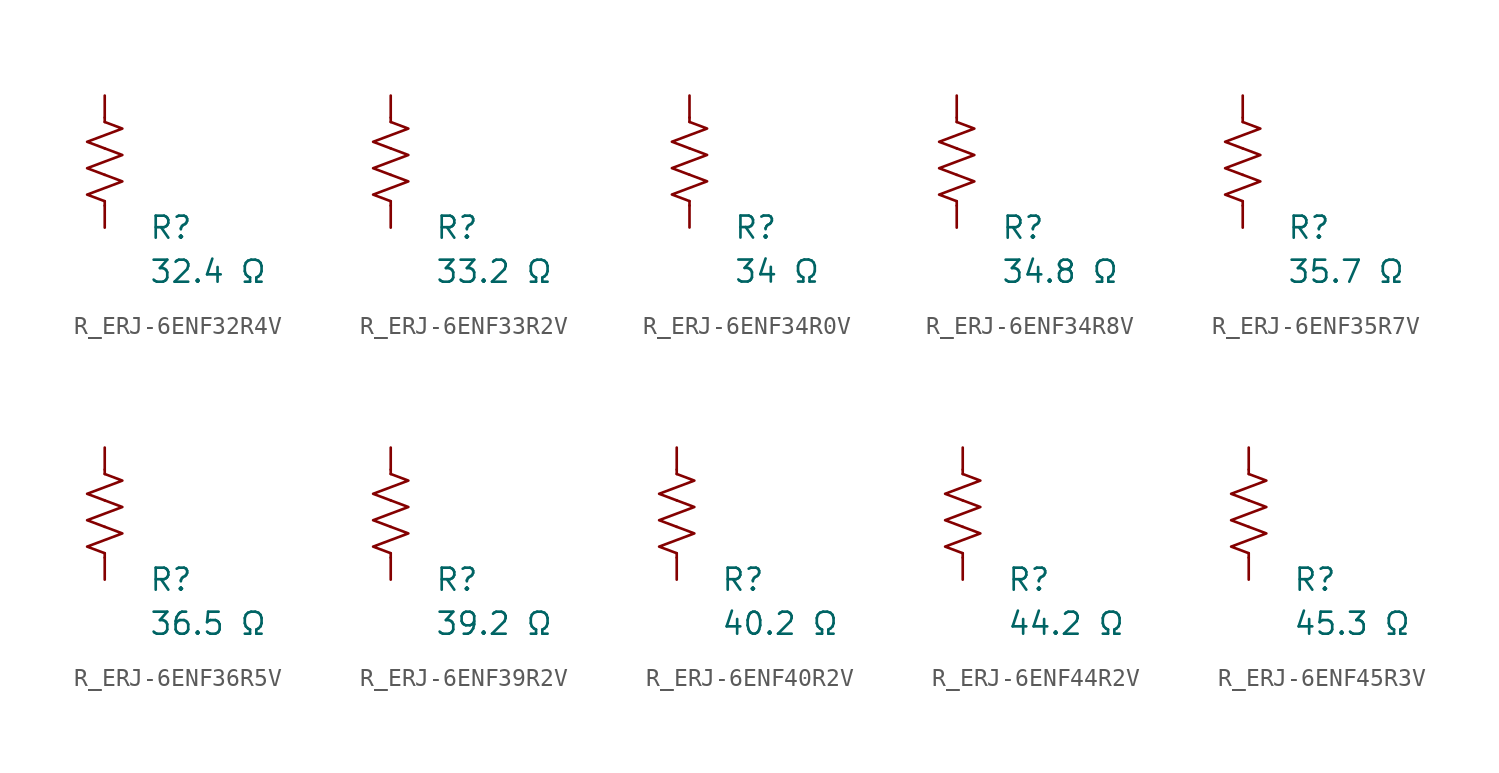
<source format=kicad_sym>
(kicad_symbol_lib
  (version 20231120)
  (generator "kicad_symbol_editor")
  (generator_version "8.0")
  (symbol "R_ERJ-6ENF32R4V"
    (pin_numbers hide)
    (pin_names
      (offset 0))
    (property "Reference" "R"
      (at 2.54 -3.81 0)
      (effects (font (size 1.27 1.27)) (justify left))
      (show_name no))
    (property "Value" "32.4 Ω"
      (at 2.54 -6.35 0)
      (effects (font (size 1.27 1.27)) (justify left))
      (show_name no))
    (symbol "R_ERJ-6ENF32R4V_0_1"
      (polyline (pts (xy 0 -2.286) (xy 0 -2.54)) (stroke (width 0) (type default)) (fill (type none)))
      (polyline (pts (xy 0 2.286) (xy 0 2.54)) (stroke (width 0) (type default)) (fill (type none)))
      (polyline (pts (xy 0 -0.762) (xy 1.016 -1.143) (xy 0 -1.524) (xy -1.016 -1.905) (xy 0 -2.286)) (stroke (width 0) (type default)) (fill (type none)))
      (polyline (pts (xy 0 0.762) (xy 1.016 0.381) (xy 0 0) (xy -1.016 -0.381) (xy 0 -0.762)) (stroke (width 0) (type default)) (fill (type none)))
      (polyline (pts (xy 0 2.286) (xy 1.016 1.905) (xy 0 1.524) (xy -1.016 1.143) (xy 0 0.762)) (stroke (width 0) (type default)) (fill (type none))))
    (symbol "R_ERJ-6ENF32R4V_1_1"
      (pin passive line (at 0 3.81 270) (length 1.27) (name "~" (effects (font (size 1.27 1.27)))) (number "1" (effects (font (size 1.27 1.27)))))
      (pin passive line (at 0 -3.81 90) (length 1.27) (name "~" (effects (font (size 1.27 1.27)))) (number "2" (effects (font (size 1.27 1.27)))))))
  (symbol "R_ERJ-6ENF33R2V"
    (pin_numbers hide)
    (pin_names
      (offset 0))
    (property "Reference" "R"
      (at 2.54 -3.81 0)
      (effects (font (size 1.27 1.27)) (justify left))
      (show_name no))
    (property "Value" "33.2 Ω"
      (at 2.54 -6.35 0)
      (effects (font (size 1.27 1.27)) (justify left))
      (show_name no))
    (symbol "R_ERJ-6ENF33R2V_0_1"
      (polyline (pts (xy 0 -2.286) (xy 0 -2.54)) (stroke (width 0) (type default)) (fill (type none)))
      (polyline (pts (xy 0 2.286) (xy 0 2.54)) (stroke (width 0) (type default)) (fill (type none)))
      (polyline (pts (xy 0 -0.762) (xy 1.016 -1.143) (xy 0 -1.524) (xy -1.016 -1.905) (xy 0 -2.286)) (stroke (width 0) (type default)) (fill (type none)))
      (polyline (pts (xy 0 0.762) (xy 1.016 0.381) (xy 0 0) (xy -1.016 -0.381) (xy 0 -0.762)) (stroke (width 0) (type default)) (fill (type none)))
      (polyline (pts (xy 0 2.286) (xy 1.016 1.905) (xy 0 1.524) (xy -1.016 1.143) (xy 0 0.762)) (stroke (width 0) (type default)) (fill (type none))))
    (symbol "R_ERJ-6ENF33R2V_1_1"
      (pin passive line (at 0 3.81 270) (length 1.27) (name "~" (effects (font (size 1.27 1.27)))) (number "1" (effects (font (size 1.27 1.27)))))
      (pin passive line (at 0 -3.81 90) (length 1.27) (name "~" (effects (font (size 1.27 1.27)))) (number "2" (effects (font (size 1.27 1.27)))))))
  (symbol "R_ERJ-6ENF34R0V"
    (pin_numbers hide)
    (pin_names
      (offset 0))
    (property "Reference" "R"
      (at 2.54 -3.81 0)
      (effects (font (size 1.27 1.27)) (justify left))
      (show_name no))
    (property "Value" "34 Ω"
      (at 2.54 -6.35 0)
      (effects (font (size 1.27 1.27)) (justify left))
      (show_name no))
    (symbol "R_ERJ-6ENF34R0V_0_1"
      (polyline (pts (xy 0 -2.286) (xy 0 -2.54)) (stroke (width 0) (type default)) (fill (type none)))
      (polyline (pts (xy 0 2.286) (xy 0 2.54)) (stroke (width 0) (type default)) (fill (type none)))
      (polyline (pts (xy 0 -0.762) (xy 1.016 -1.143) (xy 0 -1.524) (xy -1.016 -1.905) (xy 0 -2.286)) (stroke (width 0) (type default)) (fill (type none)))
      (polyline (pts (xy 0 0.762) (xy 1.016 0.381) (xy 0 0) (xy -1.016 -0.381) (xy 0 -0.762)) (stroke (width 0) (type default)) (fill (type none)))
      (polyline (pts (xy 0 2.286) (xy 1.016 1.905) (xy 0 1.524) (xy -1.016 1.143) (xy 0 0.762)) (stroke (width 0) (type default)) (fill (type none))))
    (symbol "R_ERJ-6ENF34R0V_1_1"
      (pin passive line (at 0 3.81 270) (length 1.27) (name "~" (effects (font (size 1.27 1.27)))) (number "1" (effects (font (size 1.27 1.27)))))
      (pin passive line (at 0 -3.81 90) (length 1.27) (name "~" (effects (font (size 1.27 1.27)))) (number "2" (effects (font (size 1.27 1.27)))))))
  (symbol "R_ERJ-6ENF34R8V"
    (pin_numbers hide)
    (pin_names
      (offset 0))
    (property "Reference" "R"
      (at 2.54 -3.81 0)
      (effects (font (size 1.27 1.27)) (justify left))
      (show_name no))
    (property "Value" "34.8 Ω"
      (at 2.54 -6.35 0)
      (effects (font (size 1.27 1.27)) (justify left))
      (show_name no))
    (symbol "R_ERJ-6ENF34R8V_0_1"
      (polyline (pts (xy 0 -2.286) (xy 0 -2.54)) (stroke (width 0) (type default)) (fill (type none)))
      (polyline (pts (xy 0 2.286) (xy 0 2.54)) (stroke (width 0) (type default)) (fill (type none)))
      (polyline (pts (xy 0 -0.762) (xy 1.016 -1.143) (xy 0 -1.524) (xy -1.016 -1.905) (xy 0 -2.286)) (stroke (width 0) (type default)) (fill (type none)))
      (polyline (pts (xy 0 0.762) (xy 1.016 0.381) (xy 0 0) (xy -1.016 -0.381) (xy 0 -0.762)) (stroke (width 0) (type default)) (fill (type none)))
      (polyline (pts (xy 0 2.286) (xy 1.016 1.905) (xy 0 1.524) (xy -1.016 1.143) (xy 0 0.762)) (stroke (width 0) (type default)) (fill (type none))))
    (symbol "R_ERJ-6ENF34R8V_1_1"
      (pin passive line (at 0 3.81 270) (length 1.27) (name "~" (effects (font (size 1.27 1.27)))) (number "1" (effects (font (size 1.27 1.27)))))
      (pin passive line (at 0 -3.81 90) (length 1.27) (name "~" (effects (font (size 1.27 1.27)))) (number "2" (effects (font (size 1.27 1.27)))))))
  (symbol "R_ERJ-6ENF35R7V"
    (pin_numbers hide)
    (pin_names
      (offset 0))
    (property "Reference" "R"
      (at 2.54 -3.81 0)
      (effects (font (size 1.27 1.27)) (justify left))
      (show_name no))
    (property "Value" "35.7 Ω"
      (at 2.54 -6.35 0)
      (effects (font (size 1.27 1.27)) (justify left))
      (show_name no))
    (symbol "R_ERJ-6ENF35R7V_0_1"
      (polyline (pts (xy 0 -2.286) (xy 0 -2.54)) (stroke (width 0) (type default)) (fill (type none)))
      (polyline (pts (xy 0 2.286) (xy 0 2.54)) (stroke (width 0) (type default)) (fill (type none)))
      (polyline (pts (xy 0 -0.762) (xy 1.016 -1.143) (xy 0 -1.524) (xy -1.016 -1.905) (xy 0 -2.286)) (stroke (width 0) (type default)) (fill (type none)))
      (polyline (pts (xy 0 0.762) (xy 1.016 0.381) (xy 0 0) (xy -1.016 -0.381) (xy 0 -0.762)) (stroke (width 0) (type default)) (fill (type none)))
      (polyline (pts (xy 0 2.286) (xy 1.016 1.905) (xy 0 1.524) (xy -1.016 1.143) (xy 0 0.762)) (stroke (width 0) (type default)) (fill (type none))))
    (symbol "R_ERJ-6ENF35R7V_1_1"
      (pin passive line (at 0 3.81 270) (length 1.27) (name "~" (effects (font (size 1.27 1.27)))) (number "1" (effects (font (size 1.27 1.27)))))
      (pin passive line (at 0 -3.81 90) (length 1.27) (name "~" (effects (font (size 1.27 1.27)))) (number "2" (effects (font (size 1.27 1.27)))))))
  (symbol "R_ERJ-6ENF36R5V"
    (pin_numbers hide)
    (pin_names
      (offset 0))
    (property "Reference" "R"
      (at 2.54 -3.81 0)
      (effects (font (size 1.27 1.27)) (justify left))
      (show_name no))
    (property "Value" "36.5 Ω"
      (at 2.54 -6.35 0)
      (effects (font (size 1.27 1.27)) (justify left))
      (show_name no))
    (symbol "R_ERJ-6ENF36R5V_0_1"
      (polyline (pts (xy 0 -2.286) (xy 0 -2.54)) (stroke (width 0) (type default)) (fill (type none)))
      (polyline (pts (xy 0 2.286) (xy 0 2.54)) (stroke (width 0) (type default)) (fill (type none)))
      (polyline (pts (xy 0 -0.762) (xy 1.016 -1.143) (xy 0 -1.524) (xy -1.016 -1.905) (xy 0 -2.286)) (stroke (width 0) (type default)) (fill (type none)))
      (polyline (pts (xy 0 0.762) (xy 1.016 0.381) (xy 0 0) (xy -1.016 -0.381) (xy 0 -0.762)) (stroke (width 0) (type default)) (fill (type none)))
      (polyline (pts (xy 0 2.286) (xy 1.016 1.905) (xy 0 1.524) (xy -1.016 1.143) (xy 0 0.762)) (stroke (width 0) (type default)) (fill (type none))))
    (symbol "R_ERJ-6ENF36R5V_1_1"
      (pin passive line (at 0 3.81 270) (length 1.27) (name "~" (effects (font (size 1.27 1.27)))) (number "1" (effects (font (size 1.27 1.27)))))
      (pin passive line (at 0 -3.81 90) (length 1.27) (name "~" (effects (font (size 1.27 1.27)))) (number "2" (effects (font (size 1.27 1.27)))))))
  (symbol "R_ERJ-6ENF39R2V"
    (pin_numbers hide)
    (pin_names
      (offset 0))
    (property "Reference" "R"
      (at 2.54 -3.81 0)
      (effects (font (size 1.27 1.27)) (justify left))
      (show_name no))
    (property "Value" "39.2 Ω"
      (at 2.54 -6.35 0)
      (effects (font (size 1.27 1.27)) (justify left))
      (show_name no))
    (symbol "R_ERJ-6ENF39R2V_0_1"
      (polyline (pts (xy 0 -2.286) (xy 0 -2.54)) (stroke (width 0) (type default)) (fill (type none)))
      (polyline (pts (xy 0 2.286) (xy 0 2.54)) (stroke (width 0) (type default)) (fill (type none)))
      (polyline (pts (xy 0 -0.762) (xy 1.016 -1.143) (xy 0 -1.524) (xy -1.016 -1.905) (xy 0 -2.286)) (stroke (width 0) (type default)) (fill (type none)))
      (polyline (pts (xy 0 0.762) (xy 1.016 0.381) (xy 0 0) (xy -1.016 -0.381) (xy 0 -0.762)) (stroke (width 0) (type default)) (fill (type none)))
      (polyline (pts (xy 0 2.286) (xy 1.016 1.905) (xy 0 1.524) (xy -1.016 1.143) (xy 0 0.762)) (stroke (width 0) (type default)) (fill (type none))))
    (symbol "R_ERJ-6ENF39R2V_1_1"
      (pin passive line (at 0 3.81 270) (length 1.27) (name "~" (effects (font (size 1.27 1.27)))) (number "1" (effects (font (size 1.27 1.27)))))
      (pin passive line (at 0 -3.81 90) (length 1.27) (name "~" (effects (font (size 1.27 1.27)))) (number "2" (effects (font (size 1.27 1.27)))))))
  (symbol "R_ERJ-6ENF40R2V"
    (pin_numbers hide)
    (pin_names
      (offset 0))
    (property "Reference" "R"
      (at 2.54 -3.81 0)
      (effects (font (size 1.27 1.27)) (justify left))
      (show_name no))
    (property "Value" "40.2 Ω"
      (at 2.54 -6.35 0)
      (effects (font (size 1.27 1.27)) (justify left))
      (show_name no))
    (symbol "R_ERJ-6ENF40R2V_0_1"
      (polyline (pts (xy 0 -2.286) (xy 0 -2.54)) (stroke (width 0) (type default)) (fill (type none)))
      (polyline (pts (xy 0 2.286) (xy 0 2.54)) (stroke (width 0) (type default)) (fill (type none)))
      (polyline (pts (xy 0 -0.762) (xy 1.016 -1.143) (xy 0 -1.524) (xy -1.016 -1.905) (xy 0 -2.286)) (stroke (width 0) (type default)) (fill (type none)))
      (polyline (pts (xy 0 0.762) (xy 1.016 0.381) (xy 0 0) (xy -1.016 -0.381) (xy 0 -0.762)) (stroke (width 0) (type default)) (fill (type none)))
      (polyline (pts (xy 0 2.286) (xy 1.016 1.905) (xy 0 1.524) (xy -1.016 1.143) (xy 0 0.762)) (stroke (width 0) (type default)) (fill (type none))))
    (symbol "R_ERJ-6ENF40R2V_1_1"
      (pin passive line (at 0 3.81 270) (length 1.27) (name "~" (effects (font (size 1.27 1.27)))) (number "1" (effects (font (size 1.27 1.27)))))
      (pin passive line (at 0 -3.81 90) (length 1.27) (name "~" (effects (font (size 1.27 1.27)))) (number "2" (effects (font (size 1.27 1.27)))))))
  (symbol "R_ERJ-6ENF44R2V"
    (pin_numbers hide)
    (pin_names
      (offset 0))
    (property "Reference" "R"
      (at 2.54 -3.81 0)
      (effects (font (size 1.27 1.27)) (justify left))
      (show_name no))
    (property "Value" "44.2 Ω"
      (at 2.54 -6.35 0)
      (effects (font (size 1.27 1.27)) (justify left))
      (show_name no))
    (symbol "R_ERJ-6ENF44R2V_0_1"
      (polyline (pts (xy 0 -2.286) (xy 0 -2.54)) (stroke (width 0) (type default)) (fill (type none)))
      (polyline (pts (xy 0 2.286) (xy 0 2.54)) (stroke (width 0) (type default)) (fill (type none)))
      (polyline (pts (xy 0 -0.762) (xy 1.016 -1.143) (xy 0 -1.524) (xy -1.016 -1.905) (xy 0 -2.286)) (stroke (width 0) (type default)) (fill (type none)))
      (polyline (pts (xy 0 0.762) (xy 1.016 0.381) (xy 0 0) (xy -1.016 -0.381) (xy 0 -0.762)) (stroke (width 0) (type default)) (fill (type none)))
      (polyline (pts (xy 0 2.286) (xy 1.016 1.905) (xy 0 1.524) (xy -1.016 1.143) (xy 0 0.762)) (stroke (width 0) (type default)) (fill (type none))))
    (symbol "R_ERJ-6ENF44R2V_1_1"
      (pin passive line (at 0 3.81 270) (length 1.27) (name "~" (effects (font (size 1.27 1.27)))) (number "1" (effects (font (size 1.27 1.27)))))
      (pin passive line (at 0 -3.81 90) (length 1.27) (name "~" (effects (font (size 1.27 1.27)))) (number "2" (effects (font (size 1.27 1.27)))))))
  (symbol "R_ERJ-6ENF45R3V"
    (pin_numbers hide)
    (pin_names
      (offset 0))
    (property "Reference" "R"
      (at 2.54 -3.81 0)
      (effects (font (size 1.27 1.27)) (justify left))
      (show_name no))
    (property "Value" "45.3 Ω"
      (at 2.54 -6.35 0)
      (effects (font (size 1.27 1.27)) (justify left))
      (show_name no))
    (symbol "R_ERJ-6ENF45R3V_0_1"
      (polyline (pts (xy 0 -2.286) (xy 0 -2.54)) (stroke (width 0) (type default)) (fill (type none)))
      (polyline (pts (xy 0 2.286) (xy 0 2.54)) (stroke (width 0) (type default)) (fill (type none)))
      (polyline (pts (xy 0 -0.762) (xy 1.016 -1.143) (xy 0 -1.524) (xy -1.016 -1.905) (xy 0 -2.286)) (stroke (width 0) (type default)) (fill (type none)))
      (polyline (pts (xy 0 0.762) (xy 1.016 0.381) (xy 0 0) (xy -1.016 -0.381) (xy 0 -0.762)) (stroke (width 0) (type default)) (fill (type none)))
      (polyline (pts (xy 0 2.286) (xy 1.016 1.905) (xy 0 1.524) (xy -1.016 1.143) (xy 0 0.762)) (stroke (width 0) (type default)) (fill (type none))))
    (symbol "R_ERJ-6ENF45R3V_1_1"
      (pin passive line (at 0 3.81 270) (length 1.27) (name "~" (effects (font (size 1.27 1.27)))) (number "1" (effects (font (size 1.27 1.27)))))
      (pin passive line (at 0 -3.81 90) (length 1.27) (name "~" (effects (font (size 1.27 1.27)))) (number "2" (effects (font (size 1.27 1.27))))))))
</source>
